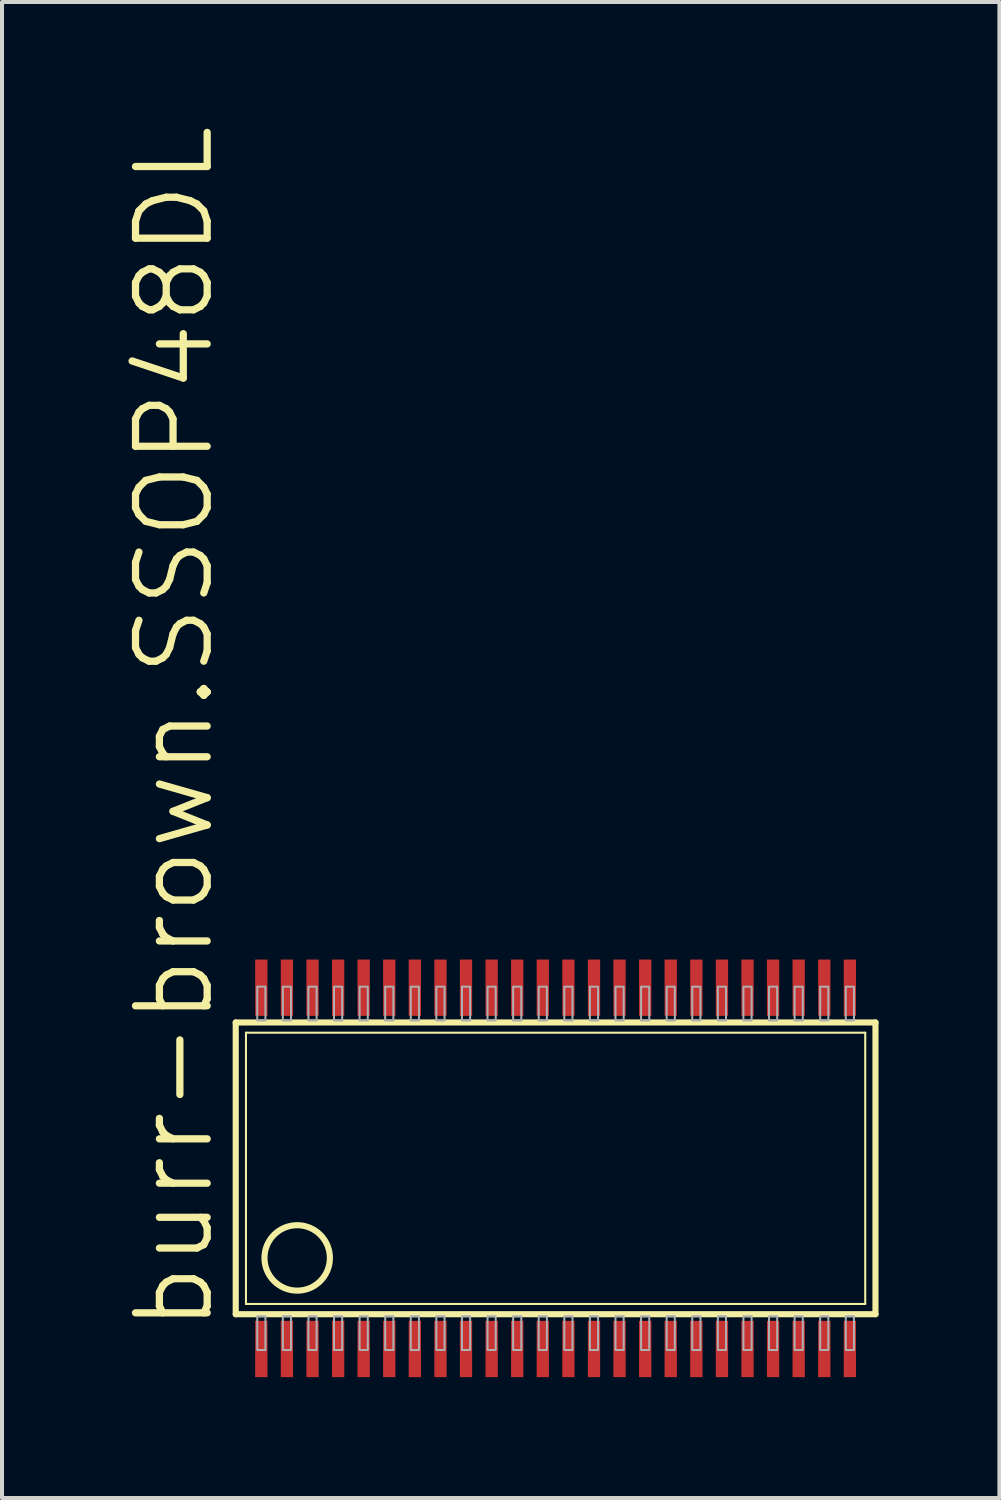
<source format=kicad_pcb>
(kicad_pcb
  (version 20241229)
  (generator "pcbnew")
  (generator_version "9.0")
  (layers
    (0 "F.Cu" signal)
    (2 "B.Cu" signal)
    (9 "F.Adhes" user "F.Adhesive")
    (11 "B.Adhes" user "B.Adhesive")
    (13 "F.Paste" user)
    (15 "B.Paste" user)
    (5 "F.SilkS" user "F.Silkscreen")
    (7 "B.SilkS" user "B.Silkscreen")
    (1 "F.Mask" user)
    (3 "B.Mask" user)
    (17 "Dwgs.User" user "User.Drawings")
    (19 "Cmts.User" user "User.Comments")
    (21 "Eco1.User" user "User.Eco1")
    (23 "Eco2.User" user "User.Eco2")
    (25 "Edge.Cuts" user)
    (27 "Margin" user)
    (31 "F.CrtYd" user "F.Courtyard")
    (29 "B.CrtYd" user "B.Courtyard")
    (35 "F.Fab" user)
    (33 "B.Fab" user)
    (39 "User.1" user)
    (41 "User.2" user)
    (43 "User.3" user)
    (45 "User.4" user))
  (footprint "burr-brown.SSOP48DL"
    (layer "F.Cu")
    (at 10.738 25.944)
    (property "Reference" "burr-brown.SSOP48DL" (at -8.42 4.128 90) (layer "F.SilkS") (effects (font (size 1.778 1.778) (thickness 0.18)) (justify left bottom)))
    (attr smd)
    (fp_line (start -7.938 3.62) (end -7.938 -3.62) (stroke (width 0.152) (type default)) (layer "F.SilkS"))
    (fp_line (start -7.938 3.62) (end 7.938 3.62) (stroke (width 0.152) (type default)) (layer "F.SilkS"))
    (fp_line (start -7.684 3.366) (end -7.684 -3.366) (stroke (width 0.051) (type default)) (layer "F.SilkS"))
    (fp_line (start -7.684 3.366) (end 7.684 3.366) (stroke (width 0.051) (type default)) (layer "F.SilkS"))
    (fp_line (start 7.684 -3.366) (end -7.684 -3.366) (stroke (width 0.051) (type default)) (layer "F.SilkS"))
    (fp_line (start 7.684 -3.366) (end 7.684 3.366) (stroke (width 0.051) (type default)) (layer "F.SilkS"))
    (fp_line (start 7.938 -3.62) (end -7.938 -3.62) (stroke (width 0.152) (type default)) (layer "F.SilkS"))
    (fp_line (start 7.938 3.62) (end 7.938 -3.62) (stroke (width 0.152) (type default)) (layer "F.SilkS"))
    (fp_circle (center -6.413 2.223) (end -5.601 2.223) (stroke (width 0.152) (type default)) (fill no) (layer "F.SilkS"))
    (fp_rect (start -7.404 -3.67) (end -7.201 -4.508) (stroke (width 0.05) (type default)) (fill no) (layer "F.Fab"))
    (fp_rect (start -7.404 4.508) (end -7.201 3.67) (stroke (width 0.05) (type default)) (fill no) (layer "F.Fab"))
    (fp_rect (start -6.769 -3.67) (end -6.566 -4.508) (stroke (width 0.05) (type default)) (fill no) (layer "F.Fab"))
    (fp_rect (start -6.769 4.508) (end -6.566 3.67) (stroke (width 0.05) (type default)) (fill no) (layer "F.Fab"))
    (fp_rect (start -6.134 -3.67) (end -5.931 -4.508) (stroke (width 0.05) (type default)) (fill no) (layer "F.Fab"))
    (fp_rect (start -6.134 4.508) (end -5.931 3.67) (stroke (width 0.05) (type default)) (fill no) (layer "F.Fab"))
    (fp_rect (start -5.499 -3.67) (end -5.296 -4.508) (stroke (width 0.05) (type default)) (fill no) (layer "F.Fab"))
    (fp_rect (start -5.499 4.508) (end -5.296 3.67) (stroke (width 0.05) (type default)) (fill no) (layer "F.Fab"))
    (fp_rect (start -4.864 -3.67) (end -4.661 -4.508) (stroke (width 0.05) (type default)) (fill no) (layer "F.Fab"))
    (fp_rect (start -4.864 4.508) (end -4.661 3.67) (stroke (width 0.05) (type default)) (fill no) (layer "F.Fab"))
    (fp_rect (start -4.229 -3.67) (end -4.026 -4.508) (stroke (width 0.05) (type default)) (fill no) (layer "F.Fab"))
    (fp_rect (start -4.229 4.508) (end -4.026 3.67) (stroke (width 0.05) (type default)) (fill no) (layer "F.Fab"))
    (fp_rect (start -3.594 -3.67) (end -3.391 -4.508) (stroke (width 0.05) (type default)) (fill no) (layer "F.Fab"))
    (fp_rect (start -3.594 4.508) (end -3.391 3.67) (stroke (width 0.05) (type default)) (fill no) (layer "F.Fab"))
    (fp_rect (start -2.959 -3.67) (end -2.756 -4.508) (stroke (width 0.05) (type default)) (fill no) (layer "F.Fab"))
    (fp_rect (start -2.959 4.508) (end -2.756 3.67) (stroke (width 0.05) (type default)) (fill no) (layer "F.Fab"))
    (fp_rect (start -2.324 -3.67) (end -2.121 -4.508) (stroke (width 0.05) (type default)) (fill no) (layer "F.Fab"))
    (fp_rect (start -2.324 4.508) (end -2.121 3.67) (stroke (width 0.05) (type default)) (fill no) (layer "F.Fab"))
    (fp_rect (start -1.689 -3.67) (end -1.486 -4.508) (stroke (width 0.05) (type default)) (fill no) (layer "F.Fab"))
    (fp_rect (start -1.689 4.508) (end -1.486 3.67) (stroke (width 0.05) (type default)) (fill no) (layer "F.Fab"))
    (fp_rect (start -1.054 -3.67) (end -0.851 -4.508) (stroke (width 0.05) (type default)) (fill no) (layer "F.Fab"))
    (fp_rect (start -1.054 4.508) (end -0.851 3.67) (stroke (width 0.05) (type default)) (fill no) (layer "F.Fab"))
    (fp_rect (start -0.419 -3.67) (end -0.216 -4.508) (stroke (width 0.05) (type default)) (fill no) (layer "F.Fab"))
    (fp_rect (start -0.419 4.508) (end -0.216 3.67) (stroke (width 0.05) (type default)) (fill no) (layer "F.Fab"))
    (fp_rect (start 0.216 -3.67) (end 0.419 -4.508) (stroke (width 0.05) (type default)) (fill no) (layer "F.Fab"))
    (fp_rect (start 0.216 4.508) (end 0.419 3.67) (stroke (width 0.05) (type default)) (fill no) (layer "F.Fab"))
    (fp_rect (start 0.851 -3.67) (end 1.054 -4.508) (stroke (width 0.05) (type default)) (fill no) (layer "F.Fab"))
    (fp_rect (start 0.851 4.508) (end 1.054 3.67) (stroke (width 0.05) (type default)) (fill no) (layer "F.Fab"))
    (fp_rect (start 1.486 -3.67) (end 1.689 -4.508) (stroke (width 0.05) (type default)) (fill no) (layer "F.Fab"))
    (fp_rect (start 1.486 4.508) (end 1.689 3.67) (stroke (width 0.05) (type default)) (fill no) (layer "F.Fab"))
    (fp_rect (start 2.121 -3.67) (end 2.324 -4.508) (stroke (width 0.05) (type default)) (fill no) (layer "F.Fab"))
    (fp_rect (start 2.121 4.508) (end 2.324 3.67) (stroke (width 0.05) (type default)) (fill no) (layer "F.Fab"))
    (fp_rect (start 2.756 -3.67) (end 2.959 -4.508) (stroke (width 0.05) (type default)) (fill no) (layer "F.Fab"))
    (fp_rect (start 2.756 4.508) (end 2.959 3.67) (stroke (width 0.05) (type default)) (fill no) (layer "F.Fab"))
    (fp_rect (start 3.391 -3.67) (end 3.594 -4.508) (stroke (width 0.05) (type default)) (fill no) (layer "F.Fab"))
    (fp_rect (start 3.391 4.508) (end 3.594 3.67) (stroke (width 0.05) (type default)) (fill no) (layer "F.Fab"))
    (fp_rect (start 4.026 -3.67) (end 4.229 -4.508) (stroke (width 0.05) (type default)) (fill no) (layer "F.Fab"))
    (fp_rect (start 4.026 4.508) (end 4.229 3.67) (stroke (width 0.05) (type default)) (fill no) (layer "F.Fab"))
    (fp_rect (start 4.661 -3.67) (end 4.864 -4.508) (stroke (width 0.05) (type default)) (fill no) (layer "F.Fab"))
    (fp_rect (start 4.661 4.508) (end 4.864 3.67) (stroke (width 0.05) (type default)) (fill no) (layer "F.Fab"))
    (fp_rect (start 5.296 -3.67) (end 5.499 -4.508) (stroke (width 0.05) (type default)) (fill no) (layer "F.Fab"))
    (fp_rect (start 5.296 4.508) (end 5.499 3.67) (stroke (width 0.05) (type default)) (fill no) (layer "F.Fab"))
    (fp_rect (start 5.931 -3.67) (end 6.134 -4.508) (stroke (width 0.05) (type default)) (fill no) (layer "F.Fab"))
    (fp_rect (start 5.931 4.508) (end 6.134 3.67) (stroke (width 0.05) (type default)) (fill no) (layer "F.Fab"))
    (fp_rect (start 6.566 -3.67) (end 6.769 -4.508) (stroke (width 0.05) (type default)) (fill no) (layer "F.Fab"))
    (fp_rect (start 6.566 4.508) (end 6.769 3.67) (stroke (width 0.05) (type default)) (fill no) (layer "F.Fab"))
    (fp_rect (start 7.201 -3.67) (end 7.404 -4.508) (stroke (width 0.05) (type default)) (fill no) (layer "F.Fab"))
    (fp_rect (start 7.201 4.508) (end 7.404 3.67) (stroke (width 0.05) (type default)) (fill no) (layer "F.Fab"))
    (pad "1" smd roundrect (at -7.303 4.483) (size 0.305 1.397) (layers "F.Cu" "F.Mask" "F.Paste") (roundrect_rratio 0.01))
    (pad "2" smd roundrect (at -6.668 4.483) (size 0.305 1.397) (layers "F.Cu" "F.Mask" "F.Paste") (roundrect_rratio 0.01))
    (pad "3" smd roundrect (at -6.032 4.483) (size 0.305 1.397) (layers "F.Cu" "F.Mask" "F.Paste") (roundrect_rratio 0.01))
    (pad "4" smd roundrect (at -5.397 4.483) (size 0.305 1.397) (layers "F.Cu" "F.Mask" "F.Paste") (roundrect_rratio 0.01))
    (pad "5" smd roundrect (at -4.763 4.483) (size 0.305 1.397) (layers "F.Cu" "F.Mask" "F.Paste") (roundrect_rratio 0.01))
    (pad "6" smd roundrect (at -4.128 4.483) (size 0.305 1.397) (layers "F.Cu" "F.Mask" "F.Paste") (roundrect_rratio 0.01))
    (pad "7" smd roundrect (at -3.493 4.483) (size 0.305 1.397) (layers "F.Cu" "F.Mask" "F.Paste") (roundrect_rratio 0.01))
    (pad "8" smd roundrect (at -2.857 4.483) (size 0.305 1.397) (layers "F.Cu" "F.Mask" "F.Paste") (roundrect_rratio 0.01))
    (pad "9" smd roundrect (at -2.223 4.483) (size 0.305 1.397) (layers "F.Cu" "F.Mask" "F.Paste") (roundrect_rratio 0.01))
    (pad "10" smd roundrect (at -1.587 4.483) (size 0.305 1.397) (layers "F.Cu" "F.Mask" "F.Paste") (roundrect_rratio 0.01))
    (pad "11" smd roundrect (at -0.953 4.483) (size 0.305 1.397) (layers "F.Cu" "F.Mask" "F.Paste") (roundrect_rratio 0.01))
    (pad "12" smd roundrect (at -0.318 4.483) (size 0.305 1.397) (layers "F.Cu" "F.Mask" "F.Paste") (roundrect_rratio 0.01))
    (pad "13" smd roundrect (at 0.318 4.483) (size 0.305 1.397) (layers "F.Cu" "F.Mask" "F.Paste") (roundrect_rratio 0.01))
    (pad "14" smd roundrect (at 0.953 4.483) (size 0.305 1.397) (layers "F.Cu" "F.Mask" "F.Paste") (roundrect_rratio 0.01))
    (pad "15" smd roundrect (at 1.587 4.483) (size 0.305 1.397) (layers "F.Cu" "F.Mask" "F.Paste") (roundrect_rratio 0.01))
    (pad "16" smd roundrect (at 2.223 4.483) (size 0.305 1.397) (layers "F.Cu" "F.Mask" "F.Paste") (roundrect_rratio 0.01))
    (pad "17" smd roundrect (at 2.857 4.483) (size 0.305 1.397) (layers "F.Cu" "F.Mask" "F.Paste") (roundrect_rratio 0.01))
    (pad "18" smd roundrect (at 3.493 4.483) (size 0.305 1.397) (layers "F.Cu" "F.Mask" "F.Paste") (roundrect_rratio 0.01))
    (pad "19" smd roundrect (at 4.128 4.483) (size 0.305 1.397) (layers "F.Cu" "F.Mask" "F.Paste") (roundrect_rratio 0.01))
    (pad "20" smd roundrect (at 4.763 4.483) (size 0.305 1.397) (layers "F.Cu" "F.Mask" "F.Paste") (roundrect_rratio 0.01))
    (pad "21" smd roundrect (at 5.397 4.483) (size 0.305 1.397) (layers "F.Cu" "F.Mask" "F.Paste") (roundrect_rratio 0.01))
    (pad "22" smd roundrect (at 6.032 4.483) (size 0.305 1.397) (layers "F.Cu" "F.Mask" "F.Paste") (roundrect_rratio 0.01))
    (pad "23" smd roundrect (at 6.668 4.483) (size 0.305 1.397) (layers "F.Cu" "F.Mask" "F.Paste") (roundrect_rratio 0.01))
    (pad "24" smd roundrect (at 7.303 4.483) (size 0.305 1.397) (layers "F.Cu" "F.Mask" "F.Paste") (roundrect_rratio 0.01))
    (pad "25" smd roundrect (at 7.303 -4.483) (size 0.305 1.397) (layers "F.Cu" "F.Mask" "F.Paste") (roundrect_rratio 0.01))
    (pad "26" smd roundrect (at 6.668 -4.483) (size 0.305 1.397) (layers "F.Cu" "F.Mask" "F.Paste") (roundrect_rratio 0.01))
    (pad "27" smd roundrect (at 6.032 -4.483) (size 0.305 1.397) (layers "F.Cu" "F.Mask" "F.Paste") (roundrect_rratio 0.01))
    (pad "28" smd roundrect (at 5.397 -4.483) (size 0.305 1.397) (layers "F.Cu" "F.Mask" "F.Paste") (roundrect_rratio 0.01))
    (pad "29" smd roundrect (at 4.763 -4.483) (size 0.305 1.397) (layers "F.Cu" "F.Mask" "F.Paste") (roundrect_rratio 0.01))
    (pad "30" smd roundrect (at 4.128 -4.483) (size 0.305 1.397) (layers "F.Cu" "F.Mask" "F.Paste") (roundrect_rratio 0.01))
    (pad "31" smd roundrect (at 3.493 -4.483) (size 0.305 1.397) (layers "F.Cu" "F.Mask" "F.Paste") (roundrect_rratio 0.01))
    (pad "32" smd roundrect (at 2.857 -4.483) (size 0.305 1.397) (layers "F.Cu" "F.Mask" "F.Paste") (roundrect_rratio 0.01))
    (pad "33" smd roundrect (at 2.223 -4.483) (size 0.305 1.397) (layers "F.Cu" "F.Mask" "F.Paste") (roundrect_rratio 0.01))
    (pad "34" smd roundrect (at 1.587 -4.483) (size 0.305 1.397) (layers "F.Cu" "F.Mask" "F.Paste") (roundrect_rratio 0.01))
    (pad "35" smd roundrect (at 0.953 -4.483) (size 0.305 1.397) (layers "F.Cu" "F.Mask" "F.Paste") (roundrect_rratio 0.01))
    (pad "36" smd roundrect (at 0.318 -4.483) (size 0.305 1.397) (layers "F.Cu" "F.Mask" "F.Paste") (roundrect_rratio 0.01))
    (pad "37" smd roundrect (at -0.318 -4.483) (size 0.305 1.397) (layers "F.Cu" "F.Mask" "F.Paste") (roundrect_rratio 0.01))
    (pad "38" smd roundrect (at -0.953 -4.483) (size 0.305 1.397) (layers "F.Cu" "F.Mask" "F.Paste") (roundrect_rratio 0.01))
    (pad "39" smd roundrect (at -1.587 -4.483) (size 0.305 1.397) (layers "F.Cu" "F.Mask" "F.Paste") (roundrect_rratio 0.01))
    (pad "40" smd roundrect (at -2.223 -4.483) (size 0.305 1.397) (layers "F.Cu" "F.Mask" "F.Paste") (roundrect_rratio 0.01))
    (pad "41" smd roundrect (at -2.857 -4.483) (size 0.305 1.397) (layers "F.Cu" "F.Mask" "F.Paste") (roundrect_rratio 0.01))
    (pad "42" smd roundrect (at -3.493 -4.483) (size 0.305 1.397) (layers "F.Cu" "F.Mask" "F.Paste") (roundrect_rratio 0.01))
    (pad "43" smd roundrect (at -4.128 -4.483) (size 0.305 1.397) (layers "F.Cu" "F.Mask" "F.Paste") (roundrect_rratio 0.01))
    (pad "44" smd roundrect (at -4.763 -4.483) (size 0.305 1.397) (layers "F.Cu" "F.Mask" "F.Paste") (roundrect_rratio 0.01))
    (pad "45" smd roundrect (at -5.397 -4.483) (size 0.305 1.397) (layers "F.Cu" "F.Mask" "F.Paste") (roundrect_rratio 0.01))
    (pad "46" smd roundrect (at -6.032 -4.483) (size 0.305 1.397) (layers "F.Cu" "F.Mask" "F.Paste") (roundrect_rratio 0.01))
    (pad "47" smd roundrect (at -6.668 -4.483) (size 0.305 1.397) (layers "F.Cu" "F.Mask" "F.Paste") (roundrect_rratio 0.01))
    (pad "48" smd roundrect (at -7.303 -4.483) (size 0.305 1.397) (layers "F.Cu" "F.Mask" "F.Paste") (roundrect_rratio 0.01)))
  (gr_rect
    (start -3 -3)
    (end 21.752 34.126)
    (stroke (width 0.1) (type default))
    (fill no)
    (layer "Edge.Cuts")))
</source>
